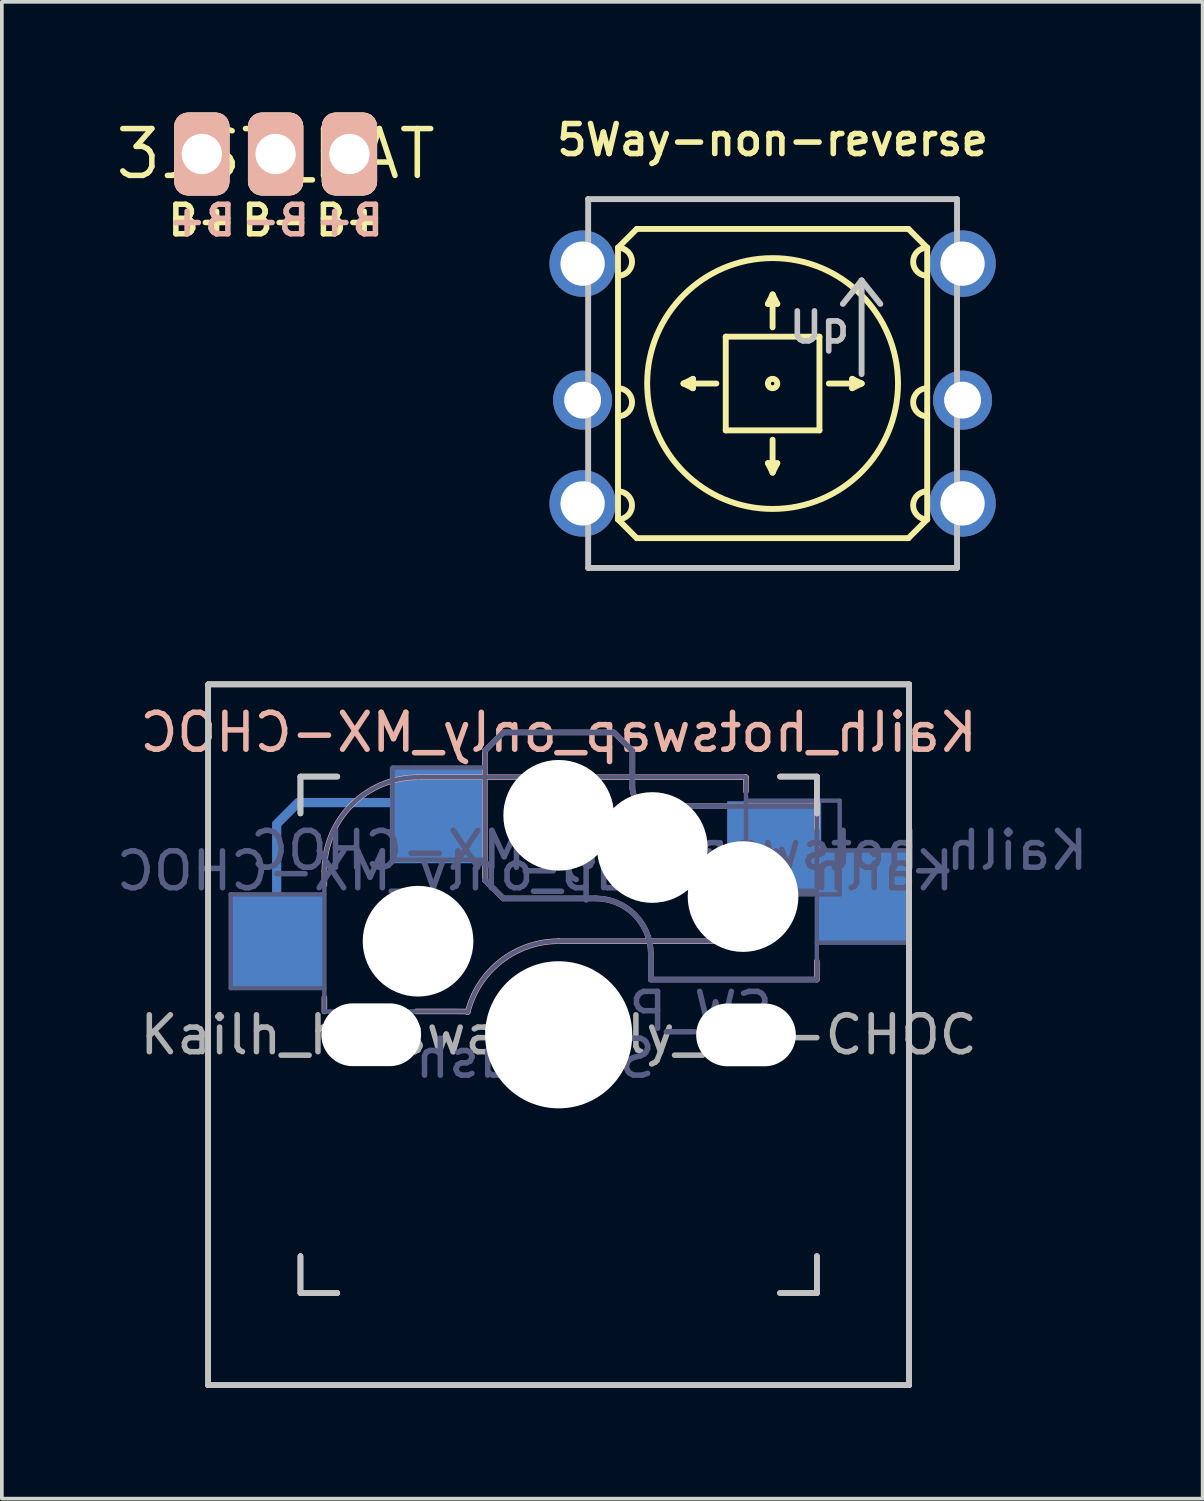
<source format=kicad_pcb>
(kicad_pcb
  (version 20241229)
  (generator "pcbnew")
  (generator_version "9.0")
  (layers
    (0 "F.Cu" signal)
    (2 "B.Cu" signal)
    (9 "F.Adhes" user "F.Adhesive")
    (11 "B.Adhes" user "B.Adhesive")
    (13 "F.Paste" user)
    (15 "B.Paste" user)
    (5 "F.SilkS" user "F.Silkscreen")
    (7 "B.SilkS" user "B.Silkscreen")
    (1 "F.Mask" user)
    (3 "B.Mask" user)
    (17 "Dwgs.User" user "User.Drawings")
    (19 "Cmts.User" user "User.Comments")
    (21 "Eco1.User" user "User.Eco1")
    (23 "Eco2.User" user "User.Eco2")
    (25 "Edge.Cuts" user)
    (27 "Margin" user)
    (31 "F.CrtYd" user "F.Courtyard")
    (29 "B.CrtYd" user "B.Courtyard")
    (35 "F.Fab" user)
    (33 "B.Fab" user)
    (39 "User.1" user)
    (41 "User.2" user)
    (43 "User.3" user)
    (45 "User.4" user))
  (footprint "Kailh_hotswap_only_MX-CHOC"
    (layer "F.Cu")
    (at 12.093 25.005)
    (property "Reference" "Kailh_hotswap_only_MX-CHOC" (at 0 -8.2 180) (layer "B.SilkS") (effects (font (size 1 1) (thickness 0.15)) (justify mirror)))
    (property "Value" "SW_Push" (at -0.617 -8.609 180) (layer "F.Fab") (hide yes) (effects (font (size 1 1) (thickness 0.15))))
    (attr smd exclude_from_pos_files exclude_from_bom)
    (fp_line (start -6.35 -4.445) (end -6.35 -4.064) (stroke (width 0.15) (type solid)) (layer "B.SilkS"))
    (fp_line (start -6.35 -1.016) (end -6.35 -0.635) (stroke (width 0.15) (type solid)) (layer "B.SilkS"))
    (fp_line (start -3.81 -6.985) (end 5.08 -6.985) (stroke (width 0.15) (type solid)) (layer "B.SilkS"))
    (fp_line (start -2.464 -0.635) (end -3.859 -0.637) (stroke (width 0.15) (type solid)) (layer "B.SilkS"))
    (fp_line (start -2 -7.7) (end -2 -4.2) (stroke (width 0.15) (type solid)) (layer "B.SilkS"))
    (fp_line (start -2 -7.7) (end -1.5 -8.2) (stroke (width 0.15) (type solid)) (layer "B.SilkS"))
    (fp_line (start -2 -4.2) (end -1.5 -3.7) (stroke (width 0.15) (type solid)) (layer "B.SilkS"))
    (fp_line (start -1.5 -8.2) (end 1.5 -8.2) (stroke (width 0.15) (type solid)) (layer "B.SilkS"))
    (fp_line (start -1.5 -3.7) (end 1 -3.7) (stroke (width 0.15) (type solid)) (layer "B.SilkS"))
    (fp_line (start 1.5 -8.2) (end 2 -7.7) (stroke (width 0.15) (type solid)) (layer "B.SilkS"))
    (fp_line (start 2 -6.7) (end 2 -7.7) (stroke (width 0.15) (type solid)) (layer "B.SilkS"))
    (fp_line (start 2.5 -2.2) (end 2.5 -1.5) (stroke (width 0.15) (type solid)) (layer "B.SilkS"))
    (fp_line (start 2.5 -1.5) (end 7 -1.5) (stroke (width 0.15) (type solid)) (layer "B.SilkS"))
    (fp_line (start 5.08 -6.985) (end 5.08 -6.604) (stroke (width 0.15) (type solid)) (layer "B.SilkS"))
    (fp_line (start 5.08 -3.556) (end 5.08 -2.54) (stroke (width 0.15) (type solid)) (layer "B.SilkS"))
    (fp_line (start 5.08 -2.54) (end 0 -2.54) (stroke (width 0.15) (type solid)) (layer "B.SilkS"))
    (fp_line (start 7 -6.2) (end 2.5 -6.2) (stroke (width 0.15) (type solid)) (layer "B.SilkS"))
    (fp_line (start 7 -5.6) (end 7 -6.2) (stroke (width 0.15) (type solid)) (layer "B.SilkS"))
    (fp_line (start 7 -1.5) (end 7 -2) (stroke (width 0.15) (type solid)) (layer "B.SilkS"))
    (fp_arc (start -6.35 -4.445) (mid -5.606051 -6.241051) (end -3.81 -6.985) (stroke (width 0.15) (type solid)) (layer "B.SilkS"))
    (fp_arc (start -2.464162 -0.61604) (mid -1.563147 -2.002042) (end 0 -2.54) (stroke (width 0.15) (type solid)) (layer "B.SilkS"))
    (fp_arc (start 1 -3.7) (mid 2.06066 -3.26066) (end 2.5 -2.2) (stroke (width 0.15) (type solid)) (layer "B.SilkS"))
    (fp_arc (start 2.5 -6.2) (mid 2.146447 -6.346447) (end 2 -6.7) (stroke (width 0.15) (type solid)) (layer "B.SilkS"))
    (fp_line (start -9.498 -9.503) (end -9.498 9.497) (stroke (width 0.15) (type solid)) (layer "Dwgs.User"))
    (fp_line (start -9.498 -9.503) (end 9.502 -9.503) (stroke (width 0.15) (type solid)) (layer "Dwgs.User"))
    (fp_line (start -9.498 -9.503) (end 9.502 -9.503) (stroke (width 0.15) (type solid)) (layer "Dwgs.User"))
    (fp_line (start -9.498 -9.503) (end 9.502 -9.503) (stroke (width 0.15) (type solid)) (layer "Dwgs.User"))
    (fp_line (start -9.498 9.497) (end -9.498 -9.503) (stroke (width 0.15) (type solid)) (layer "Dwgs.User"))
    (fp_line (start -9.498 9.497) (end -9.498 -9.503) (stroke (width 0.15) (type solid)) (layer "Dwgs.User"))
    (fp_line (start -9.498 9.497) (end -9.498 -9.503) (stroke (width 0.15) (type solid)) (layer "Dwgs.User"))
    (fp_line (start -9.498 9.497) (end 9.502 9.497) (stroke (width 0.15) (type solid)) (layer "Dwgs.User"))
    (fp_line (start -6.998 -6.003) (end -6.998 -7.003) (stroke (width 0.15) (type solid)) (layer "Dwgs.User"))
    (fp_line (start -6.998 -6.003) (end -6.998 -7.003) (stroke (width 0.15) (type solid)) (layer "Dwgs.User"))
    (fp_line (start -6.998 -6.003) (end -6.998 -7.003) (stroke (width 0.15) (type solid)) (layer "Dwgs.User"))
    (fp_line (start -6.998 5.997) (end -6.998 6.997) (stroke (width 0.15) (type solid)) (layer "Dwgs.User"))
    (fp_line (start -6.998 6.997) (end -6.998 5.997) (stroke (width 0.15) (type solid)) (layer "Dwgs.User"))
    (fp_line (start -6.998 6.997) (end -6.998 5.997) (stroke (width 0.15) (type solid)) (layer "Dwgs.User"))
    (fp_line (start -6.998 6.997) (end -5.998 6.997) (stroke (width 0.15) (type solid)) (layer "Dwgs.User"))
    (fp_line (start -6.998 6.997) (end -5.998 6.997) (stroke (width 0.15) (type solid)) (layer "Dwgs.User"))
    (fp_line (start -6.998 6.997) (end -5.998 6.997) (stroke (width 0.15) (type solid)) (layer "Dwgs.User"))
    (fp_line (start -5.998 -7.003) (end -6.998 -7.003) (stroke (width 0.15) (type solid)) (layer "Dwgs.User"))
    (fp_line (start -5.998 -7.003) (end -6.998 -7.003) (stroke (width 0.15) (type solid)) (layer "Dwgs.User"))
    (fp_line (start -5.998 -7.003) (end -6.998 -7.003) (stroke (width 0.15) (type solid)) (layer "Dwgs.User"))
    (fp_line (start 6.002 -7.003) (end 7.002 -7.003) (stroke (width 0.15) (type solid)) (layer "Dwgs.User"))
    (fp_line (start 6.002 6.997) (end 7.002 6.997) (stroke (width 0.15) (type solid)) (layer "Dwgs.User"))
    (fp_line (start 6.002 6.997) (end 7.002 6.997) (stroke (width 0.15) (type solid)) (layer "Dwgs.User"))
    (fp_line (start 6.003 6.996) (end 7.003 6.996) (stroke (width 0.15) (type solid)) (layer "Dwgs.User"))
    (fp_line (start 7.002 -7.003) (end 6.002 -7.003) (stroke (width 0.15) (type solid)) (layer "Dwgs.User"))
    (fp_line (start 7.002 -7.003) (end 6.002 -7.003) (stroke (width 0.15) (type solid)) (layer "Dwgs.User"))
    (fp_line (start 7.002 -7.003) (end 7.002 -6.003) (stroke (width 0.15) (type solid)) (layer "Dwgs.User"))
    (fp_line (start 7.002 -7.003) (end 7.002 -6.003) (stroke (width 0.15) (type solid)) (layer "Dwgs.User"))
    (fp_line (start 7.002 -6.003) (end 7.002 -7.003) (stroke (width 0.15) (type solid)) (layer "Dwgs.User"))
    (fp_line (start 7.002 5.997) (end 7.002 6.997) (stroke (width 0.15) (type solid)) (layer "Dwgs.User"))
    (fp_line (start 7.002 5.997) (end 7.002 6.997) (stroke (width 0.15) (type solid)) (layer "Dwgs.User"))
    (fp_line (start 7.002 5.997) (end 7.002 6.997) (stroke (width 0.15) (type solid)) (layer "Dwgs.User"))
    (fp_line (start 9.502 -9.503) (end -9.498 -9.503) (stroke (width 0.15) (type solid)) (layer "Dwgs.User"))
    (fp_line (start 9.502 -9.503) (end 9.502 9.497) (stroke (width 0.15) (type solid)) (layer "Dwgs.User"))
    (fp_line (start 9.502 -9.503) (end 9.502 9.497) (stroke (width 0.15) (type solid)) (layer "Dwgs.User"))
    (fp_line (start 9.502 -9.503) (end 9.502 9.497) (stroke (width 0.15) (type solid)) (layer "Dwgs.User"))
    (fp_line (start 9.502 9.497) (end -9.498 9.497) (stroke (width 0.15) (type solid)) (layer "Dwgs.User"))
    (fp_line (start 9.502 9.497) (end -9.498 9.497) (stroke (width 0.15) (type solid)) (layer "Dwgs.User"))
    (fp_line (start 9.502 9.497) (end -9.498 9.497) (stroke (width 0.15) (type solid)) (layer "Dwgs.User"))
    (fp_line (start 9.502 9.497) (end 9.502 -9.503) (stroke (width 0.15) (type solid)) (layer "Dwgs.User"))
    (fp_line (start -8.89 -3.81) (end -6.35 -3.81) (stroke (width 0.12) (type solid)) (layer "B.Fab"))
    (fp_line (start -8.89 -1.27) (end -8.89 -3.81) (stroke (width 0.12) (type solid)) (layer "B.Fab"))
    (fp_line (start -6.35 -1.27) (end -8.89 -1.27) (stroke (width 0.12) (type solid)) (layer "B.Fab"))
    (fp_line (start -6.35 -0.635) (end -6.35 -4.445) (stroke (width 0.12) (type solid)) (layer "B.Fab"))
    (fp_line (start -6.35 -0.635) (end -2.54 -0.635) (stroke (width 0.12) (type solid)) (layer "B.Fab"))
    (fp_line (start -4.5 -7.25) (end -2 -7.25) (stroke (width 0.12) (type solid)) (layer "B.Fab"))
    (fp_line (start -4.5 -4.75) (end -4.5 -7.25) (stroke (width 0.12) (type solid)) (layer "B.Fab"))
    (fp_line (start -3.81 -6.985) (end 5.08 -6.985) (stroke (width 0.12) (type solid)) (layer "B.Fab"))
    (fp_line (start -2 -7.7) (end -1.5 -8.2) (stroke (width 0.15) (type solid)) (layer "B.Fab"))
    (fp_line (start -2 -4.75) (end -4.5 -4.75) (stroke (width 0.12) (type solid)) (layer "B.Fab"))
    (fp_line (start -2 -4.25) (end -2 -7.7) (stroke (width 0.12) (type solid)) (layer "B.Fab"))
    (fp_line (start -2 -4.2) (end -1.5 -3.7) (stroke (width 0.15) (type solid)) (layer "B.Fab"))
    (fp_line (start -1.5 -8.2) (end 1.5 -8.2) (stroke (width 0.15) (type solid)) (layer "B.Fab"))
    (fp_line (start -1.5 -3.7) (end 1 -3.7) (stroke (width 0.15) (type solid)) (layer "B.Fab"))
    (fp_line (start 1.5 -8.2) (end 2 -7.7) (stroke (width 0.15) (type solid)) (layer "B.Fab"))
    (fp_line (start 2 -6.7) (end 2 -7.7) (stroke (width 0.15) (type solid)) (layer "B.Fab"))
    (fp_line (start 2.5 -2.2) (end 2.5 -1.5) (stroke (width 0.15) (type solid)) (layer "B.Fab"))
    (fp_line (start 2.5 -1.5) (end 7 -1.5) (stroke (width 0.15) (type solid)) (layer "B.Fab"))
    (fp_line (start 5.08 -6.985) (end 5.08 -2.54) (stroke (width 0.12) (type solid)) (layer "B.Fab"))
    (fp_line (start 5.08 -6.35) (end 7.62 -6.35) (stroke (width 0.12) (type solid)) (layer "B.Fab"))
    (fp_line (start 5.08 -2.54) (end 0 -2.54) (stroke (width 0.12) (type solid)) (layer "B.Fab"))
    (fp_line (start 7 -6.2) (end 2.5 -6.2) (stroke (width 0.15) (type solid)) (layer "B.Fab"))
    (fp_line (start 7 -5) (end 9.5 -5) (stroke (width 0.12) (type solid)) (layer "B.Fab"))
    (fp_line (start 7 -1.5) (end 7 -6.2) (stroke (width 0.12) (type solid)) (layer "B.Fab"))
    (fp_line (start 7.62 -6.35) (end 7.62 -3.81) (stroke (width 0.12) (type solid)) (layer "B.Fab"))
    (fp_line (start 7.62 -3.81) (end 5.08 -3.81) (stroke (width 0.12) (type solid)) (layer "B.Fab"))
    (fp_line (start 9.5 -2.5) (end 7 -2.5) (stroke (width 0.12) (type solid)) (layer "B.Fab"))
    (fp_arc (start -6.35 -4.445) (mid -5.606051 -6.241051) (end -3.81 -6.985) (stroke (width 0.12) (type solid)) (layer "B.Fab"))
    (fp_arc (start -2.464162 -0.61604) (mid -1.563147 -2.002042) (end 0 -2.54) (stroke (width 0.12) (type solid)) (layer "B.Fab"))
    (fp_arc (start 1 -3.7) (mid 2.06066 -3.26066) (end 2.5 -2.2) (stroke (width 0.15) (type solid)) (layer "B.Fab"))
    (fp_arc (start 2.5 -6.2) (mid 2.146447 -6.346447) (end 2 -6.7) (stroke (width 0.15) (type solid)) (layer "B.Fab"))
    (fp_text user "${VALUE}" (at 2.54 -0.635 180) (layer "B.Fab") (effects (font (size 1 1) (thickness 0.15)) (justify mirror)))
    (fp_text user "${VALUE}" (at -0.635 0.635 180) (layer "B.Fab") (effects (font (size 1 1) (thickness 0.15)) (justify mirror)))
    (fp_text user "${REFERENCE}" (at 3 -5 180) (layer "B.Fab") (effects (font (size 1 1) (thickness 0.15)) (justify mirror)))
    (fp_text user "${REFERENCE}" (at -0.635 -4.445 180) (layer "B.Fab") (effects (font (size 1 1) (thickness 0.15)) (justify mirror)))
    (fp_text user "${REFERENCE}" (at 0 0 180) (layer "F.Fab") (effects (font (size 1 1) (thickness 0.15))))
    (pad "" np_thru_hole oval (at -5.08 -0.004) (size 2.702 1.702) (drill oval 2.702 1.702) (layers "*.Cu" "*.Mask"))
    (pad "" np_thru_hole circle (at -3.81 -2.54) (size 3 3) (drill 3) (layers "*.Cu" "*.Mask"))
    (pad "" np_thru_hole circle (at 0.002 -5.953 343) (size 3 3) (drill 3) (layers "*.Cu" "*.Mask"))
    (pad "" np_thru_hole circle (at 0.002 -0.003 180) (size 3.988 3.988) (drill 3.988) (layers "*.Cu" "*.Mask"))
    (pad "" np_thru_hole circle (at 2.54 -5.08) (size 3 3) (drill 3) (layers "*.Cu" "*.Mask"))
    (pad "" np_thru_hole circle (at 5 -3.75) (size 3 3) (drill 3) (layers "*.Cu" "*.Mask"))
    (pad "" np_thru_hole oval (at 5.08 0) (size 2.702 1.702) (drill oval 2.702 1.702) (layers "*.Cu" "*.Mask"))
    (pad "1" smd rect (at 5.844 -5.083) (size 2.55 2.5) (layers "B.Cu" "B.Mask" "B.Paste"))
    (pad "1" smd rect (at 8.275 -3.75) (size 2.6 2.6) (layers "B.Cu" "B.Mask" "B.Paste"))
    (pad "2" smd roundrect (at -8.343 -5.558 225) (size 1 0.25) (drill (offset -1.018 -0.383)) (layers "B.Cu") (roundrect_rratio 0.25))
    (pad "2" smd rect (at -8.026 -2.73 270) (size 4 0.25) (drill (offset -1.018 -0.383)) (layers "B.Cu"))
    (pad "2" smd rect (at -7.62 -2.54) (size 2.55 2.5) (layers "B.Cu" "B.Mask" "B.Paste"))
    (pad "2" smd rect (at -6.6 -6.68 180) (size 3 0.25) (drill (offset -1.018 -0.383)) (layers "B.Cu"))
    (pad "2" smd rect (at -3.273 -5.953) (size 2.6 2.6) (layers "B.Cu" "B.Mask" "B.Paste")))
  (footprint "3JST_BAT"
    (layer "F.Cu")
    (at 4.422 1.125)
    (property "Reference" "3JST_BAT" (at 0 0 180) (layer "F.SilkS") (effects (font (size 1.27 1.27) (thickness 0.15))))
    (attr through_hole exclude_from_pos_files exclude_from_bom)
    (fp_text user "B-" (at 0 1.8 180) (layer "F.SilkS") (effects (font (size 0.8 0.8) (thickness 0.15))))
    (fp_text user "B+" (at -2 1.8 180) (layer "F.SilkS") (effects (font (size 0.8 0.8) (thickness 0.15))))
    (fp_text user "B+" (at 2 1.8 180) (layer "F.SilkS") (effects (font (size 0.8 0.8) (thickness 0.15))))
    (fp_text user "B+" (at 2 1.8 180) (layer "B.SilkS") (effects (font (size 0.8 0.8) (thickness 0.15)) (justify mirror)))
    (fp_text user "B-" (at 0 1.8 180) (layer "B.SilkS") (effects (font (size 0.8 0.8) (thickness 0.15)) (justify mirror)))
    (fp_text user "B+" (at -2 1.8 180) (layer "B.SilkS") (effects (font (size 0.8 0.8) (thickness 0.15)) (justify mirror)))
    (pad "1" thru_hole roundrect (at 2 0) (size 1.5 2.25) (drill 1.092) (layers "*.Cu" "*.SilkS" "*.Mask") (roundrect_rratio 0.25))
    (pad "2" thru_hole roundrect (at 0 0) (size 1.5 2.25) (drill 1.092) (layers "*.Cu" "*.SilkS" "*.Mask") (roundrect_rratio 0.25))
    (pad "3" thru_hole roundrect (at -2 0) (size 1.5 2.25) (drill 1.092) (layers "*.Cu" "*.SilkS" "*.Mask") (roundrect_rratio 0.25)))
  (footprint "5Way-non-reverse"
    (layer "F.Cu")
    (at 17.894 7.347)
    (property "Reference" "5Way-non-reverse" (at 0 -6.604 180) (layer "F.SilkS") (effects (font (size 0.813 0.813) (thickness 0.152))))
    (attr through_hole exclude_from_pos_files exclude_from_bom)
    (fp_line (start -4.191 -3.683) (end -3.683 -4.191) (stroke (width 0.16) (type solid)) (layer "F.SilkS"))
    (fp_line (start -4.191 3.683) (end -4.191 -3.683) (stroke (width 0.16) (type solid)) (layer "F.SilkS"))
    (fp_line (start -3.683 -4.191) (end 3.683 -4.191) (stroke (width 0.16) (type solid)) (layer "F.SilkS"))
    (fp_line (start -3.683 4.191) (end -4.191 3.683) (stroke (width 0.16) (type solid)) (layer "F.SilkS"))
    (fp_line (start -2.413 0) (end -2.159 -0.127) (stroke (width 0.16) (type solid)) (layer "F.SilkS"))
    (fp_line (start -2.159 -0.127) (end -2.159 0.127) (stroke (width 0.16) (type solid)) (layer "F.SilkS"))
    (fp_line (start -2.159 0.127) (end -2.413 0) (stroke (width 0.16) (type solid)) (layer "F.SilkS"))
    (fp_line (start -1.524 0) (end -2.413 0) (stroke (width 0.16) (type solid)) (layer "F.SilkS"))
    (fp_line (start -1.27 -1.27) (end -1.27 1.27) (stroke (width 0.16) (type solid)) (layer "F.SilkS"))
    (fp_line (start -1.27 1.27) (end 1.27 1.27) (stroke (width 0.16) (type solid)) (layer "F.SilkS"))
    (fp_line (start -0.127 -2.159) (end 0 -2.413) (stroke (width 0.16) (type solid)) (layer "F.SilkS"))
    (fp_line (start -0.127 2.159) (end 0.127 2.159) (stroke (width 0.16) (type solid)) (layer "F.SilkS"))
    (fp_line (start 0 -2.413) (end 0.127 -2.159) (stroke (width 0.16) (type solid)) (layer "F.SilkS"))
    (fp_line (start 0 -1.524) (end 0 -2.413) (stroke (width 0.16) (type solid)) (layer "F.SilkS"))
    (fp_line (start 0 1.524) (end 0 2.413) (stroke (width 0.16) (type solid)) (layer "F.SilkS"))
    (fp_line (start 0 2.413) (end -0.127 2.159) (stroke (width 0.16) (type solid)) (layer "F.SilkS"))
    (fp_line (start 0.127 -2.159) (end -0.127 -2.159) (stroke (width 0.16) (type solid)) (layer "F.SilkS"))
    (fp_line (start 0.127 2.159) (end 0 2.413) (stroke (width 0.16) (type solid)) (layer "F.SilkS"))
    (fp_line (start 1.27 -1.27) (end -1.27 -1.27) (stroke (width 0.16) (type solid)) (layer "F.SilkS"))
    (fp_line (start 1.27 1.27) (end 1.27 -1.27) (stroke (width 0.16) (type solid)) (layer "F.SilkS"))
    (fp_line (start 1.524 0) (end 2.413 0) (stroke (width 0.16) (type solid)) (layer "F.SilkS"))
    (fp_line (start 2.159 -0.127) (end 2.413 0) (stroke (width 0.16) (type solid)) (layer "F.SilkS"))
    (fp_line (start 2.159 0.127) (end 2.159 -0.127) (stroke (width 0.16) (type solid)) (layer "F.SilkS"))
    (fp_line (start 2.413 0) (end 2.159 0.127) (stroke (width 0.16) (type solid)) (layer "F.SilkS"))
    (fp_line (start 3.683 -4.191) (end 4.191 -3.683) (stroke (width 0.16) (type solid)) (layer "F.SilkS"))
    (fp_line (start 3.683 4.191) (end -3.683 4.191) (stroke (width 0.16) (type solid)) (layer "F.SilkS"))
    (fp_line (start 4.191 -3.683) (end 4.191 3.683) (stroke (width 0.16) (type solid)) (layer "F.SilkS"))
    (fp_line (start 4.191 3.683) (end 3.683 4.191) (stroke (width 0.16) (type solid)) (layer "F.SilkS"))
    (fp_arc (start -4.191 -3.683) (mid -3.81 -3.302) (end -4.191 -2.921) (stroke (width 0.16) (type solid)) (layer "F.SilkS"))
    (fp_arc (start -4.191 0.127) (mid -3.81 0.508) (end -4.191 0.889) (stroke (width 0.16) (type solid)) (layer "F.SilkS"))
    (fp_arc (start -4.191 2.921) (mid -3.81 3.302) (end -4.191 3.683) (stroke (width 0.16) (type solid)) (layer "F.SilkS"))
    (fp_arc (start 4.191 -2.921) (mid 3.81 -3.302) (end 4.191 -3.683) (stroke (width 0.16) (type solid)) (layer "F.SilkS"))
    (fp_arc (start 4.191 0.889) (mid 3.81 0.508) (end 4.191 0.127) (stroke (width 0.16) (type solid)) (layer "F.SilkS"))
    (fp_arc (start 4.191 3.683) (mid 3.81 3.302) (end 4.191 2.921) (stroke (width 0.16) (type solid)) (layer "F.SilkS"))
    (fp_circle (center 0 0) (end 0.127 0) (stroke (width 0.16) (type solid)) (fill no) (layer "F.SilkS"))
    (fp_circle (center 0 0) (end 3.4 0) (stroke (width 0.16) (type solid)) (fill no) (layer "F.SilkS"))
    (fp_line (start -5 -5) (end 5 -5) (stroke (width 0.16) (type solid)) (layer "Dwgs.User"))
    (fp_line (start -5 5) (end -5 -5) (stroke (width 0.16) (type solid)) (layer "Dwgs.User"))
    (fp_line (start 2.413 -2.794) (end 1.905 -2.159) (stroke (width 0.16) (type solid)) (layer "Dwgs.User"))
    (fp_line (start 2.413 -2.794) (end 2.921 -2.159) (stroke (width 0.16) (type solid)) (layer "Dwgs.User"))
    (fp_line (start 2.413 -0.254) (end 2.413 -2.794) (stroke (width 0.16) (type solid)) (layer "Dwgs.User"))
    (fp_line (start 5 -5) (end 5 5) (stroke (width 0.16) (type solid)) (layer "Dwgs.User"))
    (fp_line (start 5 5) (end -5 5) (stroke (width 0.16) (type solid)) (layer "Dwgs.User"))
    (fp_text user "Up" (at 1.27 -1.524 180) (layer "Dwgs.User") (effects (font (size 0.813 0.813) (thickness 0.152))))
    (pad "1" thru_hole circle (at -5.15 -3.25) (size 1.8 1.8) (drill 1.2) (layers "*.Cu" "*.Mask"))
    (pad "2" thru_hole circle (at -5.15 0.45) (size 1.6 1.6) (drill 1) (layers "*.Cu" "*.Mask"))
    (pad "3" thru_hole circle (at -5.15 3.25) (size 1.8 1.8) (drill 1.2) (layers "*.Cu" "*.Mask"))
    (pad "4" thru_hole circle (at 5.15 3.25) (size 1.8 1.8) (drill 1.2) (layers "*.Cu" "*.Mask"))
    (pad "5" thru_hole circle (at 5.15 0.45) (size 1.6 1.6) (drill 1) (layers "*.Cu" "*.Mask"))
    (pad "6" thru_hole circle (at 5.15 -3.25) (size 1.8 1.8) (drill 1.2) (layers "*.Cu" "*.Mask")))
  (gr_rect
    (start -3 -3)
    (end 29.552 37.577)
    (stroke (width 0.1) (type default))
    (fill no)
    (layer "Edge.Cuts")))
</source>
